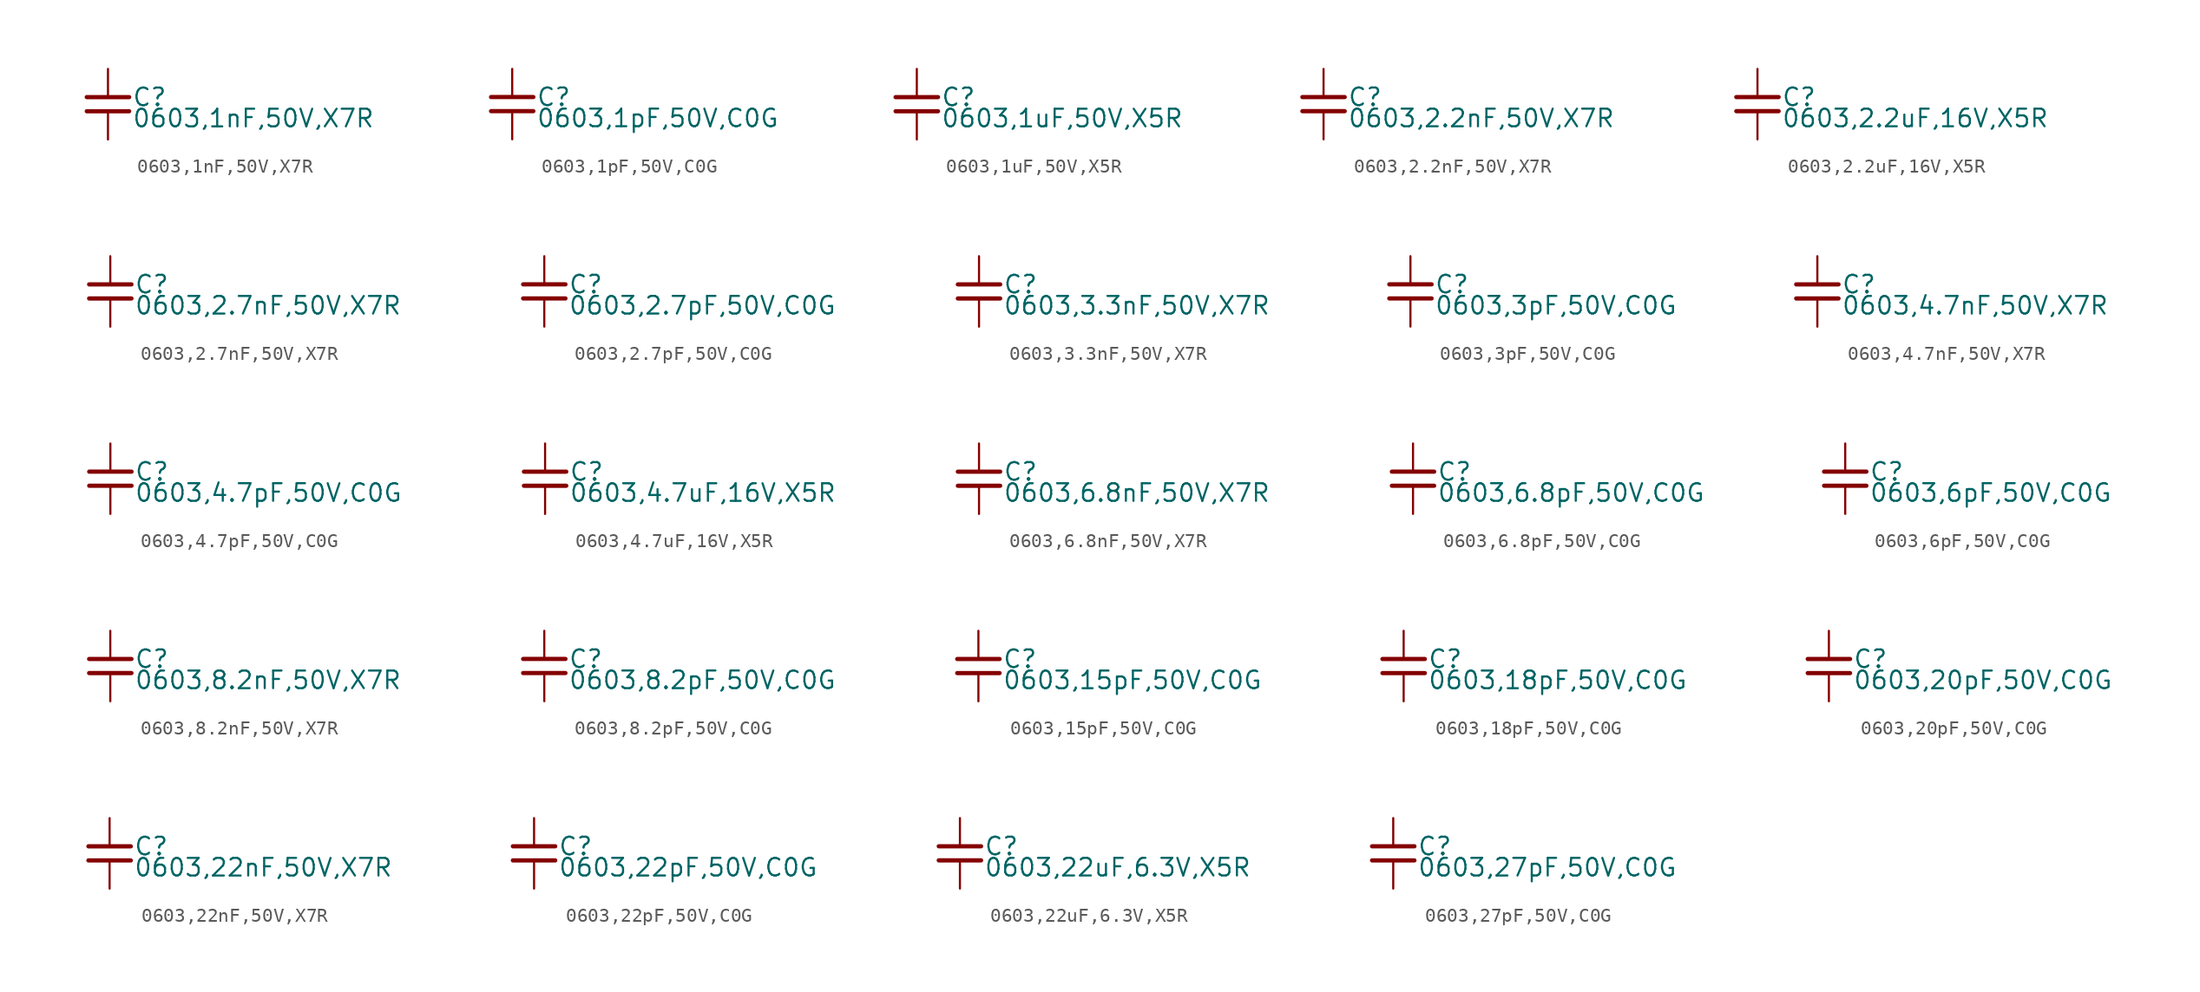
<source format=kicad_sym>
(kicad_symbol_lib
  (version 20220914)
  (generator kicad_symbol_editor)
  (symbol "0603,1nF,50V,X7R "
    (property "Reference" "C"
      (at 1.71 0.508 0)
      (effects (font (size 1.27 1.27)) (justify left)))
    (property "Value" "0603,1nF,50V,X7R "
      (at 1.71 -1.016 0)
      (effects (font (size 1.27 1.27)) (justify left)))
    (property "ki_locked" ""
      (at 0 0 0)
      (effects (font (size 1.27 1.27))))
    (symbol "0603,1nF,50V,X7R _0_0"
      (polyline (pts (xy -1.524 -0.508) (xy 1.524 -0.508)) (stroke (width 0.305) (type default)) (fill (type none)))
      (polyline (pts (xy -1.524 0.508) (xy 1.524 0.508)) (stroke (width 0.305) (type default)) (fill (type none)))
      (pin passive line (at 0 2.54 270) (length 2.032) (name "~" (effects (font (size 0 0)))) (number "1" (effects (font (size 0 0)))))
      (pin passive line (at 0 -2.54 90) (length 2.032) (name "~" (effects (font (size 0 0)))) (number "2" (effects (font (size 0 0)))))))
  (symbol "0603,1pF,50V,C0G "
    (property "Reference" "C"
      (at 1.71 0.508 0)
      (effects (font (size 1.27 1.27)) (justify left)))
    (property "Value" "0603,1pF,50V,C0G "
      (at 1.71 -1.016 0)
      (effects (font (size 1.27 1.27)) (justify left)))
    (property "ki_locked" ""
      (at 0 0 0)
      (effects (font (size 1.27 1.27))))
    (symbol "0603,1pF,50V,C0G _0_0"
      (polyline (pts (xy -1.524 -0.508) (xy 1.524 -0.508)) (stroke (width 0.305) (type default)) (fill (type none)))
      (polyline (pts (xy -1.524 0.508) (xy 1.524 0.508)) (stroke (width 0.305) (type default)) (fill (type none)))
      (pin passive line (at 0 2.54 270) (length 2.032) (name "~" (effects (font (size 0 0)))) (number "1" (effects (font (size 0 0)))))
      (pin passive line (at 0 -2.54 90) (length 2.032) (name "~" (effects (font (size 0 0)))) (number "2" (effects (font (size 0 0)))))))
  (symbol "0603,1uF,50V,X5R "
    (property "Reference" "C"
      (at 1.71 0.508 0)
      (effects (font (size 1.27 1.27)) (justify left)))
    (property "Value" "0603,1uF,50V,X5R "
      (at 1.71 -1.016 0)
      (effects (font (size 1.27 1.27)) (justify left)))
    (property "ki_locked" ""
      (at 0 0 0)
      (effects (font (size 1.27 1.27))))
    (symbol "0603,1uF,50V,X5R _0_0"
      (polyline (pts (xy -1.524 -0.508) (xy 1.524 -0.508)) (stroke (width 0.305) (type default)) (fill (type none)))
      (polyline (pts (xy -1.524 0.508) (xy 1.524 0.508)) (stroke (width 0.305) (type default)) (fill (type none)))
      (pin passive line (at 0 2.54 270) (length 2.032) (name "~" (effects (font (size 0 0)))) (number "1" (effects (font (size 0 0)))))
      (pin passive line (at 0 -2.54 90) (length 2.032) (name "~" (effects (font (size 0 0)))) (number "2" (effects (font (size 0 0)))))))
  (symbol "0603,2.2nF,50V,X7R "
    (property "Reference" "C"
      (at 1.71 0.508 0)
      (effects (font (size 1.27 1.27)) (justify left)))
    (property "Value" "0603,2.2nF,50V,X7R "
      (at 1.71 -1.016 0)
      (effects (font (size 1.27 1.27)) (justify left)))
    (property "ki_locked" ""
      (at 0 0 0)
      (effects (font (size 1.27 1.27))))
    (symbol "0603,2.2nF,50V,X7R _0_0"
      (polyline (pts (xy -1.524 -0.508) (xy 1.524 -0.508)) (stroke (width 0.305) (type default)) (fill (type none)))
      (polyline (pts (xy -1.524 0.508) (xy 1.524 0.508)) (stroke (width 0.305) (type default)) (fill (type none)))
      (pin passive line (at 0 2.54 270) (length 2.032) (name "~" (effects (font (size 0 0)))) (number "1" (effects (font (size 0 0)))))
      (pin passive line (at 0 -2.54 90) (length 2.032) (name "~" (effects (font (size 0 0)))) (number "2" (effects (font (size 0 0)))))))
  (symbol "0603,2.2uF,16V,X5R "
    (property "Reference" "C"
      (at 1.71 0.508 0)
      (effects (font (size 1.27 1.27)) (justify left)))
    (property "Value" "0603,2.2uF,16V,X5R "
      (at 1.71 -1.016 0)
      (effects (font (size 1.27 1.27)) (justify left)))
    (property "ki_locked" ""
      (at 0 0 0)
      (effects (font (size 1.27 1.27))))
    (symbol "0603,2.2uF,16V,X5R _0_0"
      (polyline (pts (xy -1.524 -0.508) (xy 1.524 -0.508)) (stroke (width 0.305) (type default)) (fill (type none)))
      (polyline (pts (xy -1.524 0.508) (xy 1.524 0.508)) (stroke (width 0.305) (type default)) (fill (type none)))
      (pin passive line (at 0 2.54 270) (length 2.032) (name "~" (effects (font (size 0 0)))) (number "1" (effects (font (size 0 0)))))
      (pin passive line (at 0 -2.54 90) (length 2.032) (name "~" (effects (font (size 0 0)))) (number "2" (effects (font (size 0 0)))))))
  (symbol "0603,2.7nF,50V,X7R "
    (property "Reference" "C"
      (at 1.71 0.508 0)
      (effects (font (size 1.27 1.27)) (justify left)))
    (property "Value" "0603,2.7nF,50V,X7R "
      (at 1.71 -1.016 0)
      (effects (font (size 1.27 1.27)) (justify left)))
    (property "ki_locked" ""
      (at 0 0 0)
      (effects (font (size 1.27 1.27))))
    (symbol "0603,2.7nF,50V,X7R _0_0"
      (polyline (pts (xy -1.524 -0.508) (xy 1.524 -0.508)) (stroke (width 0.305) (type default)) (fill (type none)))
      (polyline (pts (xy -1.524 0.508) (xy 1.524 0.508)) (stroke (width 0.305) (type default)) (fill (type none)))
      (pin passive line (at 0 2.54 270) (length 2.032) (name "~" (effects (font (size 0 0)))) (number "1" (effects (font (size 0 0)))))
      (pin passive line (at 0 -2.54 90) (length 2.032) (name "~" (effects (font (size 0 0)))) (number "2" (effects (font (size 0 0)))))))
  (symbol "0603,2.7pF,50V,C0G "
    (property "Reference" "C"
      (at 1.71 0.508 0)
      (effects (font (size 1.27 1.27)) (justify left)))
    (property "Value" "0603,2.7pF,50V,C0G "
      (at 1.71 -1.016 0)
      (effects (font (size 1.27 1.27)) (justify left)))
    (property "ki_locked" ""
      (at 0 0 0)
      (effects (font (size 1.27 1.27))))
    (symbol "0603,2.7pF,50V,C0G _0_0"
      (polyline (pts (xy -1.524 -0.508) (xy 1.524 -0.508)) (stroke (width 0.305) (type default)) (fill (type none)))
      (polyline (pts (xy -1.524 0.508) (xy 1.524 0.508)) (stroke (width 0.305) (type default)) (fill (type none)))
      (pin passive line (at 0 2.54 270) (length 2.032) (name "~" (effects (font (size 0 0)))) (number "1" (effects (font (size 0 0)))))
      (pin passive line (at 0 -2.54 90) (length 2.032) (name "~" (effects (font (size 0 0)))) (number "2" (effects (font (size 0 0)))))))
  (symbol "0603,3.3nF,50V,X7R "
    (property "Reference" "C"
      (at 1.71 0.508 0)
      (effects (font (size 1.27 1.27)) (justify left)))
    (property "Value" "0603,3.3nF,50V,X7R "
      (at 1.71 -1.016 0)
      (effects (font (size 1.27 1.27)) (justify left)))
    (property "ki_locked" ""
      (at 0 0 0)
      (effects (font (size 1.27 1.27))))
    (symbol "0603,3.3nF,50V,X7R _0_0"
      (polyline (pts (xy -1.524 -0.508) (xy 1.524 -0.508)) (stroke (width 0.305) (type default)) (fill (type none)))
      (polyline (pts (xy -1.524 0.508) (xy 1.524 0.508)) (stroke (width 0.305) (type default)) (fill (type none)))
      (pin passive line (at 0 2.54 270) (length 2.032) (name "~" (effects (font (size 0 0)))) (number "1" (effects (font (size 0 0)))))
      (pin passive line (at 0 -2.54 90) (length 2.032) (name "~" (effects (font (size 0 0)))) (number "2" (effects (font (size 0 0)))))))
  (symbol "0603,3pF,50V,C0G "
    (property "Reference" "C"
      (at 1.71 0.508 0)
      (effects (font (size 1.27 1.27)) (justify left)))
    (property "Value" "0603,3pF,50V,C0G "
      (at 1.71 -1.016 0)
      (effects (font (size 1.27 1.27)) (justify left)))
    (property "ki_locked" ""
      (at 0 0 0)
      (effects (font (size 1.27 1.27))))
    (symbol "0603,3pF,50V,C0G _0_0"
      (polyline (pts (xy -1.524 -0.508) (xy 1.524 -0.508)) (stroke (width 0.305) (type default)) (fill (type none)))
      (polyline (pts (xy -1.524 0.508) (xy 1.524 0.508)) (stroke (width 0.305) (type default)) (fill (type none)))
      (pin passive line (at 0 2.54 270) (length 2.032) (name "~" (effects (font (size 0 0)))) (number "1" (effects (font (size 0 0)))))
      (pin passive line (at 0 -2.54 90) (length 2.032) (name "~" (effects (font (size 0 0)))) (number "2" (effects (font (size 0 0)))))))
  (symbol "0603,4.7nF,50V,X7R "
    (property "Reference" "C"
      (at 1.71 0.508 0)
      (effects (font (size 1.27 1.27)) (justify left)))
    (property "Value" "0603,4.7nF,50V,X7R "
      (at 1.71 -1.016 0)
      (effects (font (size 1.27 1.27)) (justify left)))
    (property "ki_locked" ""
      (at 0 0 0)
      (effects (font (size 1.27 1.27))))
    (symbol "0603,4.7nF,50V,X7R _0_0"
      (polyline (pts (xy -1.524 -0.508) (xy 1.524 -0.508)) (stroke (width 0.305) (type default)) (fill (type none)))
      (polyline (pts (xy -1.524 0.508) (xy 1.524 0.508)) (stroke (width 0.305) (type default)) (fill (type none)))
      (pin passive line (at 0 2.54 270) (length 2.032) (name "~" (effects (font (size 0 0)))) (number "1" (effects (font (size 0 0)))))
      (pin passive line (at 0 -2.54 90) (length 2.032) (name "~" (effects (font (size 0 0)))) (number "2" (effects (font (size 0 0)))))))
  (symbol "0603,4.7pF,50V,C0G "
    (property "Reference" "C"
      (at 1.71 0.508 0)
      (effects (font (size 1.27 1.27)) (justify left)))
    (property "Value" "0603,4.7pF,50V,C0G "
      (at 1.71 -1.016 0)
      (effects (font (size 1.27 1.27)) (justify left)))
    (property "ki_locked" ""
      (at 0 0 0)
      (effects (font (size 1.27 1.27))))
    (symbol "0603,4.7pF,50V,C0G _0_0"
      (polyline (pts (xy -1.524 -0.508) (xy 1.524 -0.508)) (stroke (width 0.305) (type default)) (fill (type none)))
      (polyline (pts (xy -1.524 0.508) (xy 1.524 0.508)) (stroke (width 0.305) (type default)) (fill (type none)))
      (pin passive line (at 0 2.54 270) (length 2.032) (name "~" (effects (font (size 0 0)))) (number "1" (effects (font (size 0 0)))))
      (pin passive line (at 0 -2.54 90) (length 2.032) (name "~" (effects (font (size 0 0)))) (number "2" (effects (font (size 0 0)))))))
  (symbol "0603,4.7uF,16V,X5R "
    (property "Reference" "C"
      (at 1.71 0.508 0)
      (effects (font (size 1.27 1.27)) (justify left)))
    (property "Value" "0603,4.7uF,16V,X5R "
      (at 1.71 -1.016 0)
      (effects (font (size 1.27 1.27)) (justify left)))
    (property "ki_locked" ""
      (at 0 0 0)
      (effects (font (size 1.27 1.27))))
    (symbol "0603,4.7uF,16V,X5R _0_0"
      (polyline (pts (xy -1.524 -0.508) (xy 1.524 -0.508)) (stroke (width 0.305) (type default)) (fill (type none)))
      (polyline (pts (xy -1.524 0.508) (xy 1.524 0.508)) (stroke (width 0.305) (type default)) (fill (type none)))
      (pin passive line (at 0 2.54 270) (length 2.032) (name "~" (effects (font (size 0 0)))) (number "1" (effects (font (size 0 0)))))
      (pin passive line (at 0 -2.54 90) (length 2.032) (name "~" (effects (font (size 0 0)))) (number "2" (effects (font (size 0 0)))))))
  (symbol "0603,6.8nF,50V,X7R "
    (property "Reference" "C"
      (at 1.71 0.508 0)
      (effects (font (size 1.27 1.27)) (justify left)))
    (property "Value" "0603,6.8nF,50V,X7R "
      (at 1.71 -1.016 0)
      (effects (font (size 1.27 1.27)) (justify left)))
    (property "ki_locked" ""
      (at 0 0 0)
      (effects (font (size 1.27 1.27))))
    (symbol "0603,6.8nF,50V,X7R _0_0"
      (polyline (pts (xy -1.524 -0.508) (xy 1.524 -0.508)) (stroke (width 0.305) (type default)) (fill (type none)))
      (polyline (pts (xy -1.524 0.508) (xy 1.524 0.508)) (stroke (width 0.305) (type default)) (fill (type none)))
      (pin passive line (at 0 2.54 270) (length 2.032) (name "~" (effects (font (size 0 0)))) (number "1" (effects (font (size 0 0)))))
      (pin passive line (at 0 -2.54 90) (length 2.032) (name "~" (effects (font (size 0 0)))) (number "2" (effects (font (size 0 0)))))))
  (symbol "0603,6.8pF,50V,C0G "
    (property "Reference" "C"
      (at 1.71 0.508 0)
      (effects (font (size 1.27 1.27)) (justify left)))
    (property "Value" "0603,6.8pF,50V,C0G "
      (at 1.71 -1.016 0)
      (effects (font (size 1.27 1.27)) (justify left)))
    (property "ki_locked" ""
      (at 0 0 0)
      (effects (font (size 1.27 1.27))))
    (symbol "0603,6.8pF,50V,C0G _0_0"
      (polyline (pts (xy -1.524 -0.508) (xy 1.524 -0.508)) (stroke (width 0.305) (type default)) (fill (type none)))
      (polyline (pts (xy -1.524 0.508) (xy 1.524 0.508)) (stroke (width 0.305) (type default)) (fill (type none)))
      (pin passive line (at 0 2.54 270) (length 2.032) (name "~" (effects (font (size 0 0)))) (number "1" (effects (font (size 0 0)))))
      (pin passive line (at 0 -2.54 90) (length 2.032) (name "~" (effects (font (size 0 0)))) (number "2" (effects (font (size 0 0)))))))
  (symbol "0603,6pF,50V,C0G "
    (property "Reference" "C"
      (at 1.71 0.508 0)
      (effects (font (size 1.27 1.27)) (justify left)))
    (property "Value" "0603,6pF,50V,C0G "
      (at 1.71 -1.016 0)
      (effects (font (size 1.27 1.27)) (justify left)))
    (property "ki_locked" ""
      (at 0 0 0)
      (effects (font (size 1.27 1.27))))
    (symbol "0603,6pF,50V,C0G _0_0"
      (polyline (pts (xy -1.524 -0.508) (xy 1.524 -0.508)) (stroke (width 0.305) (type default)) (fill (type none)))
      (polyline (pts (xy -1.524 0.508) (xy 1.524 0.508)) (stroke (width 0.305) (type default)) (fill (type none)))
      (pin passive line (at 0 2.54 270) (length 2.032) (name "~" (effects (font (size 0 0)))) (number "1" (effects (font (size 0 0)))))
      (pin passive line (at 0 -2.54 90) (length 2.032) (name "~" (effects (font (size 0 0)))) (number "2" (effects (font (size 0 0)))))))
  (symbol "0603,8.2nF,50V,X7R "
    (property "Reference" "C"
      (at 1.71 0.508 0)
      (effects (font (size 1.27 1.27)) (justify left)))
    (property "Value" "0603,8.2nF,50V,X7R "
      (at 1.71 -1.016 0)
      (effects (font (size 1.27 1.27)) (justify left)))
    (property "ki_locked" ""
      (at 0 0 0)
      (effects (font (size 1.27 1.27))))
    (symbol "0603,8.2nF,50V,X7R _0_0"
      (polyline (pts (xy -1.524 -0.508) (xy 1.524 -0.508)) (stroke (width 0.305) (type default)) (fill (type none)))
      (polyline (pts (xy -1.524 0.508) (xy 1.524 0.508)) (stroke (width 0.305) (type default)) (fill (type none)))
      (pin passive line (at 0 2.54 270) (length 2.032) (name "~" (effects (font (size 0 0)))) (number "1" (effects (font (size 0 0)))))
      (pin passive line (at 0 -2.54 90) (length 2.032) (name "~" (effects (font (size 0 0)))) (number "2" (effects (font (size 0 0)))))))
  (symbol "0603,8.2pF,50V,C0G "
    (property "Reference" "C"
      (at 1.71 0.508 0)
      (effects (font (size 1.27 1.27)) (justify left)))
    (property "Value" "0603,8.2pF,50V,C0G "
      (at 1.71 -1.016 0)
      (effects (font (size 1.27 1.27)) (justify left)))
    (property "ki_locked" ""
      (at 0 0 0)
      (effects (font (size 1.27 1.27))))
    (symbol "0603,8.2pF,50V,C0G _0_0"
      (polyline (pts (xy -1.524 -0.508) (xy 1.524 -0.508)) (stroke (width 0.305) (type default)) (fill (type none)))
      (polyline (pts (xy -1.524 0.508) (xy 1.524 0.508)) (stroke (width 0.305) (type default)) (fill (type none)))
      (pin passive line (at 0 2.54 270) (length 2.032) (name "~" (effects (font (size 0 0)))) (number "1" (effects (font (size 0 0)))))
      (pin passive line (at 0 -2.54 90) (length 2.032) (name "~" (effects (font (size 0 0)))) (number "2" (effects (font (size 0 0)))))))
  (symbol "0603,15pF,50V,C0G "
    (property "Reference" "C"
      (at 1.71 0.508 0)
      (effects (font (size 1.27 1.27)) (justify left)))
    (property "Value" "0603,15pF,50V,C0G "
      (at 1.71 -1.016 0)
      (effects (font (size 1.27 1.27)) (justify left)))
    (property "ki_locked" ""
      (at 0 0 0)
      (effects (font (size 1.27 1.27))))
    (symbol "0603,15pF,50V,C0G _0_0"
      (polyline (pts (xy -1.524 -0.508) (xy 1.524 -0.508)) (stroke (width 0.305) (type default)) (fill (type none)))
      (polyline (pts (xy -1.524 0.508) (xy 1.524 0.508)) (stroke (width 0.305) (type default)) (fill (type none)))
      (pin passive line (at 0 2.54 270) (length 2.032) (name "~" (effects (font (size 0 0)))) (number "1" (effects (font (size 0 0)))))
      (pin passive line (at 0 -2.54 90) (length 2.032) (name "~" (effects (font (size 0 0)))) (number "2" (effects (font (size 0 0)))))))
  (symbol "0603,18pF,50V,C0G "
    (property "Reference" "C"
      (at 1.71 0.508 0)
      (effects (font (size 1.27 1.27)) (justify left)))
    (property "Value" "0603,18pF,50V,C0G "
      (at 1.71 -1.016 0)
      (effects (font (size 1.27 1.27)) (justify left)))
    (property "ki_locked" ""
      (at 0 0 0)
      (effects (font (size 1.27 1.27))))
    (symbol "0603,18pF,50V,C0G _0_0"
      (polyline (pts (xy -1.524 -0.508) (xy 1.524 -0.508)) (stroke (width 0.305) (type default)) (fill (type none)))
      (polyline (pts (xy -1.524 0.508) (xy 1.524 0.508)) (stroke (width 0.305) (type default)) (fill (type none)))
      (pin passive line (at 0 2.54 270) (length 2.032) (name "~" (effects (font (size 0 0)))) (number "1" (effects (font (size 0 0)))))
      (pin passive line (at 0 -2.54 90) (length 2.032) (name "~" (effects (font (size 0 0)))) (number "2" (effects (font (size 0 0)))))))
  (symbol "0603,20pF,50V,C0G "
    (property "Reference" "C"
      (at 1.71 0.508 0)
      (effects (font (size 1.27 1.27)) (justify left)))
    (property "Value" "0603,20pF,50V,C0G "
      (at 1.71 -1.016 0)
      (effects (font (size 1.27 1.27)) (justify left)))
    (property "ki_locked" ""
      (at 0 0 0)
      (effects (font (size 1.27 1.27))))
    (symbol "0603,20pF,50V,C0G _0_0"
      (polyline (pts (xy -1.524 -0.508) (xy 1.524 -0.508)) (stroke (width 0.305) (type default)) (fill (type none)))
      (polyline (pts (xy -1.524 0.508) (xy 1.524 0.508)) (stroke (width 0.305) (type default)) (fill (type none)))
      (pin passive line (at 0 2.54 270) (length 2.032) (name "~" (effects (font (size 0 0)))) (number "1" (effects (font (size 0 0)))))
      (pin passive line (at 0 -2.54 90) (length 2.032) (name "~" (effects (font (size 0 0)))) (number "2" (effects (font (size 0 0)))))))
  (symbol "0603,22nF,50V,X7R "
    (property "Reference" "C"
      (at 1.71 0.508 0)
      (effects (font (size 1.27 1.27)) (justify left)))
    (property "Value" "0603,22nF,50V,X7R "
      (at 1.71 -1.016 0)
      (effects (font (size 1.27 1.27)) (justify left)))
    (property "ki_locked" ""
      (at 0 0 0)
      (effects (font (size 1.27 1.27))))
    (symbol "0603,22nF,50V,X7R _0_0"
      (polyline (pts (xy -1.524 -0.508) (xy 1.524 -0.508)) (stroke (width 0.305) (type default)) (fill (type none)))
      (polyline (pts (xy -1.524 0.508) (xy 1.524 0.508)) (stroke (width 0.305) (type default)) (fill (type none)))
      (pin passive line (at 0 2.54 270) (length 2.032) (name "~" (effects (font (size 0 0)))) (number "1" (effects (font (size 0 0)))))
      (pin passive line (at 0 -2.54 90) (length 2.032) (name "~" (effects (font (size 0 0)))) (number "2" (effects (font (size 0 0)))))))
  (symbol "0603,22pF,50V,C0G "
    (property "Reference" "C"
      (at 1.71 0.508 0)
      (effects (font (size 1.27 1.27)) (justify left)))
    (property "Value" "0603,22pF,50V,C0G "
      (at 1.71 -1.016 0)
      (effects (font (size 1.27 1.27)) (justify left)))
    (property "ki_locked" ""
      (at 0 0 0)
      (effects (font (size 1.27 1.27))))
    (symbol "0603,22pF,50V,C0G _0_0"
      (polyline (pts (xy -1.524 -0.508) (xy 1.524 -0.508)) (stroke (width 0.305) (type default)) (fill (type none)))
      (polyline (pts (xy -1.524 0.508) (xy 1.524 0.508)) (stroke (width 0.305) (type default)) (fill (type none)))
      (pin passive line (at 0 2.54 270) (length 2.032) (name "~" (effects (font (size 0 0)))) (number "1" (effects (font (size 0 0)))))
      (pin passive line (at 0 -2.54 90) (length 2.032) (name "~" (effects (font (size 0 0)))) (number "2" (effects (font (size 0 0)))))))
  (symbol "0603,22uF,6.3V,X5R "
    (property "Reference" "C"
      (at 1.71 0.508 0)
      (effects (font (size 1.27 1.27)) (justify left)))
    (property "Value" "0603,22uF,6.3V,X5R "
      (at 1.71 -1.016 0)
      (effects (font (size 1.27 1.27)) (justify left)))
    (property "ki_locked" ""
      (at 0 0 0)
      (effects (font (size 1.27 1.27))))
    (symbol "0603,22uF,6.3V,X5R _0_0"
      (polyline (pts (xy -1.524 -0.508) (xy 1.524 -0.508)) (stroke (width 0.305) (type default)) (fill (type none)))
      (polyline (pts (xy -1.524 0.508) (xy 1.524 0.508)) (stroke (width 0.305) (type default)) (fill (type none)))
      (pin passive line (at 0 2.54 270) (length 2.032) (name "~" (effects (font (size 0 0)))) (number "1" (effects (font (size 0 0)))))
      (pin passive line (at 0 -2.54 90) (length 2.032) (name "~" (effects (font (size 0 0)))) (number "2" (effects (font (size 0 0)))))))
  (symbol "0603,27pF,50V,C0G "
    (property "Reference" "C"
      (at 1.71 0.508 0)
      (effects (font (size 1.27 1.27)) (justify left)))
    (property "Value" "0603,27pF,50V,C0G "
      (at 1.71 -1.016 0)
      (effects (font (size 1.27 1.27)) (justify left)))
    (property "ki_locked" ""
      (at 0 0 0)
      (effects (font (size 1.27 1.27))))
    (symbol "0603,27pF,50V,C0G _0_0"
      (polyline (pts (xy -1.524 -0.508) (xy 1.524 -0.508)) (stroke (width 0.305) (type default)) (fill (type none)))
      (polyline (pts (xy -1.524 0.508) (xy 1.524 0.508)) (stroke (width 0.305) (type default)) (fill (type none)))
      (pin passive line (at 0 2.54 270) (length 2.032) (name "~" (effects (font (size 0 0)))) (number "1" (effects (font (size 0 0)))))
      (pin passive line (at 0 -2.54 90) (length 2.032) (name "~" (effects (font (size 0 0)))) (number "2" (effects (font (size 0 0))))))))
</source>
